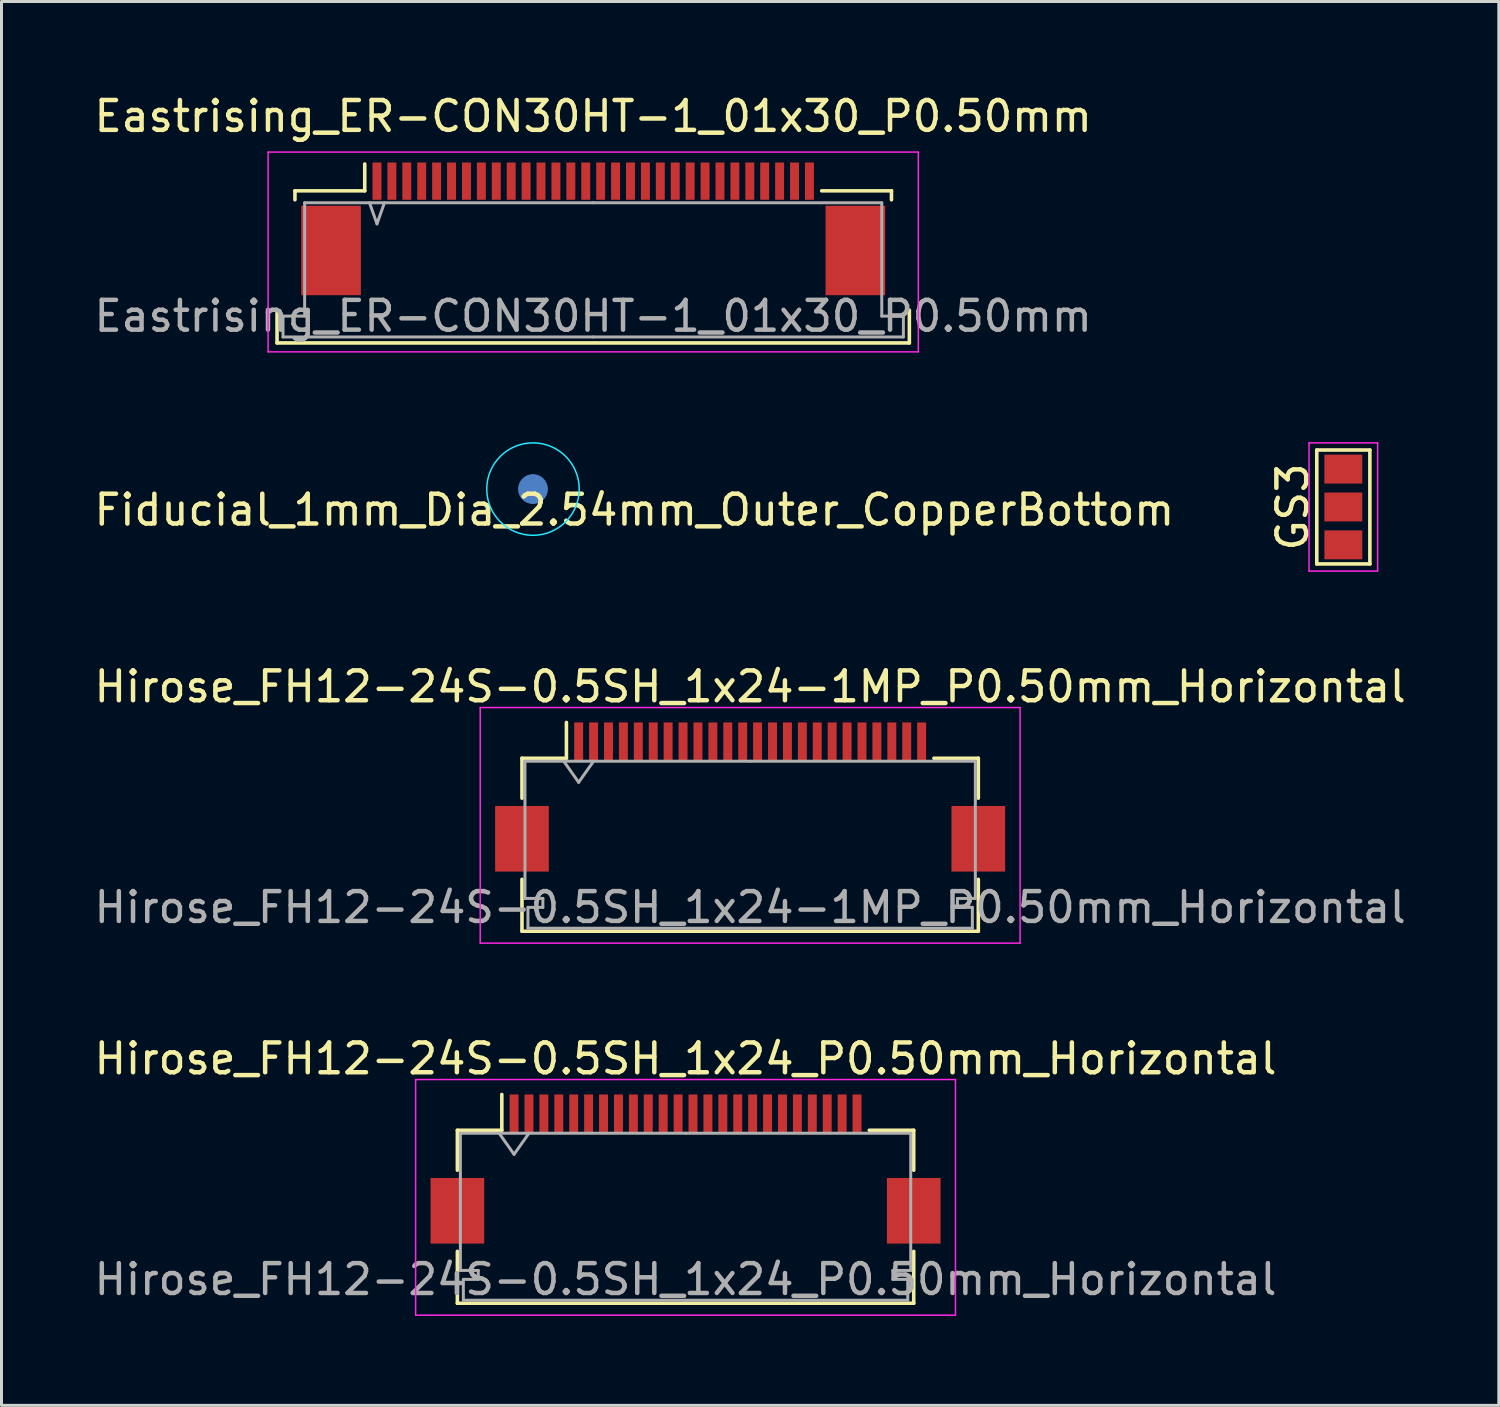
<source format=kicad_pcb>
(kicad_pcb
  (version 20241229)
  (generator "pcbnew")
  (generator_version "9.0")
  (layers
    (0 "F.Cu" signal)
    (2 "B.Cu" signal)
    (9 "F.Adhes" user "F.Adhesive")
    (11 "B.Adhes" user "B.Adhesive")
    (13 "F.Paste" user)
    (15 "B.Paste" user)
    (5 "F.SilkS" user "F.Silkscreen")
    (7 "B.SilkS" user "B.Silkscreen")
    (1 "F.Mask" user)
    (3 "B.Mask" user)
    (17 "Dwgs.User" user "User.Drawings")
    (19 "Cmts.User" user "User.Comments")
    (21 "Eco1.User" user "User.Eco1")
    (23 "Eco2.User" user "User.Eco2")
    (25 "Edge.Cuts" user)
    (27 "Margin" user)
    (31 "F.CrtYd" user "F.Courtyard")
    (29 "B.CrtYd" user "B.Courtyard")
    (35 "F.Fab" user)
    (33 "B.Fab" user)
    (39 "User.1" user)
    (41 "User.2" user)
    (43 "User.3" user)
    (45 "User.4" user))
  (footprint "GS3"
    (layer "F.Cu")
    (at 41.989 13.948)
    (property "Reference" "GS3" (at -1.7 0 90) (layer "F.SilkS") (effects (font (size 1 1) (thickness 0.15))))
    (attr smd)
    (fp_line (start -0.89 -1.91) (end -0.89 1.91) (stroke (width 0.12) (type solid)) (layer "F.SilkS"))
    (fp_line (start -0.89 -1.91) (end 0.89 -1.91) (stroke (width 0.12) (type solid)) (layer "F.SilkS"))
    (fp_line (start -0.89 1.91) (end 0.89 1.91) (stroke (width 0.12) (type solid)) (layer "F.SilkS"))
    (fp_line (start 0.89 1.91) (end 0.89 -1.91) (stroke (width 0.12) (type solid)) (layer "F.SilkS"))
    (fp_line (start -1.15 -2.15) (end 1.15 -2.15) (stroke (width 0.05) (type solid)) (layer "F.CrtYd"))
    (fp_line (start -1.15 2.15) (end -1.15 -2.15) (stroke (width 0.05) (type solid)) (layer "F.CrtYd"))
    (fp_line (start 1.15 -2.15) (end 1.15 2.15) (stroke (width 0.05) (type solid)) (layer "F.CrtYd"))
    (fp_line (start 1.15 2.15) (end -1.15 2.15) (stroke (width 0.05) (type solid)) (layer "F.CrtYd"))
    (pad "1" smd rect (at 0 -1.27) (size 1.27 0.97) (layers "F.Cu" "F.Mask"))
    (pad "2" smd rect (at 0 0) (size 1.27 0.97) (layers "F.Cu" "F.Mask"))
    (pad "3" smd rect (at 0 1.27) (size 1.27 0.97) (layers "F.Cu" "F.Mask")))
  (footprint "Hirose_FH12-24S-0.5SH_1x24-1MP_P0.50mm_Horizontal"
    (layer "F.Cu")
    (at 22.101 23.672)
    (property "Reference" "Hirose_FH12-24S-0.5SH_1x24-1MP_P0.50mm_Horizontal" (at 0 -3.7 0) (layer "F.SilkS") (effects (font (size 1 1) (thickness 0.15))))
    (attr smd)
    (fp_line (start -7.65 -1.3) (end -7.65 0.04) (stroke (width 0.12) (type solid)) (layer "F.SilkS"))
    (fp_line (start -7.65 2.76) (end -7.65 4.5) (stroke (width 0.12) (type solid)) (layer "F.SilkS"))
    (fp_line (start -7.65 4.5) (end 7.65 4.5) (stroke (width 0.12) (type solid)) (layer "F.SilkS"))
    (fp_line (start -6.16 -1.3) (end -7.65 -1.3) (stroke (width 0.12) (type solid)) (layer "F.SilkS"))
    (fp_line (start -6.16 -1.3) (end -6.16 -2.5) (stroke (width 0.12) (type solid)) (layer "F.SilkS"))
    (fp_line (start 6.16 -1.3) (end 7.65 -1.3) (stroke (width 0.12) (type solid)) (layer "F.SilkS"))
    (fp_line (start 7.65 -1.3) (end 7.65 0.04) (stroke (width 0.12) (type solid)) (layer "F.SilkS"))
    (fp_line (start 7.65 4.5) (end 7.65 2.76) (stroke (width 0.12) (type solid)) (layer "F.SilkS"))
    (fp_line (start -9.05 -3) (end -9.05 4.9) (stroke (width 0.05) (type solid)) (layer "F.CrtYd"))
    (fp_line (start -9.05 4.9) (end 9.05 4.9) (stroke (width 0.05) (type solid)) (layer "F.CrtYd"))
    (fp_line (start 9.05 -3) (end -9.05 -3) (stroke (width 0.05) (type solid)) (layer "F.CrtYd"))
    (fp_line (start 9.05 4.9) (end 9.05 -3) (stroke (width 0.05) (type solid)) (layer "F.CrtYd"))
    (fp_line (start -7.55 -1.2) (end -7.55 3.4) (stroke (width 0.1) (type solid)) (layer "F.Fab"))
    (fp_line (start -7.55 3.4) (end -6.95 3.4) (stroke (width 0.1) (type solid)) (layer "F.Fab"))
    (fp_line (start -7.45 3.7) (end -7.45 4.4) (stroke (width 0.1) (type solid)) (layer "F.Fab"))
    (fp_line (start -7.45 4.4) (end 0 4.4) (stroke (width 0.1) (type solid)) (layer "F.Fab"))
    (fp_line (start -6.95 3.4) (end -6.95 3.7) (stroke (width 0.1) (type solid)) (layer "F.Fab"))
    (fp_line (start -6.95 3.7) (end -7.45 3.7) (stroke (width 0.1) (type solid)) (layer "F.Fab"))
    (fp_line (start -6.25 -1.2) (end -5.75 -0.493) (stroke (width 0.1) (type solid)) (layer "F.Fab"))
    (fp_line (start -5.75 -0.493) (end -5.25 -1.2) (stroke (width 0.1) (type solid)) (layer "F.Fab"))
    (fp_line (start 0 -1.2) (end -7.55 -1.2) (stroke (width 0.1) (type solid)) (layer "F.Fab"))
    (fp_line (start 0 -1.2) (end 7.55 -1.2) (stroke (width 0.1) (type solid)) (layer "F.Fab"))
    (fp_line (start 6.95 3.4) (end 6.95 3.7) (stroke (width 0.1) (type solid)) (layer "F.Fab"))
    (fp_line (start 6.95 3.7) (end 7.45 3.7) (stroke (width 0.1) (type solid)) (layer "F.Fab"))
    (fp_line (start 7.45 3.7) (end 7.45 4.4) (stroke (width 0.1) (type solid)) (layer "F.Fab"))
    (fp_line (start 7.45 4.4) (end 0 4.4) (stroke (width 0.1) (type solid)) (layer "F.Fab"))
    (fp_line (start 7.55 -1.2) (end 7.55 3.4) (stroke (width 0.1) (type solid)) (layer "F.Fab"))
    (fp_line (start 7.55 3.4) (end 6.95 3.4) (stroke (width 0.1) (type solid)) (layer "F.Fab"))
    (fp_text user "${REFERENCE}" (at 0 3.7 0) (layer "F.Fab") (effects (font (size 1 1) (thickness 0.15))))
    (pad "1" smd rect (at -5.75 -1.85) (size 0.3 1.3) (layers "F.Cu" "F.Mask" "F.Paste"))
    (pad "2" smd rect (at -5.25 -1.85) (size 0.3 1.3) (layers "F.Cu" "F.Mask" "F.Paste"))
    (pad "3" smd rect (at -4.75 -1.85) (size 0.3 1.3) (layers "F.Cu" "F.Mask" "F.Paste"))
    (pad "4" smd rect (at -4.25 -1.85) (size 0.3 1.3) (layers "F.Cu" "F.Mask" "F.Paste"))
    (pad "5" smd rect (at -3.75 -1.85) (size 0.3 1.3) (layers "F.Cu" "F.Mask" "F.Paste"))
    (pad "6" smd rect (at -3.25 -1.85) (size 0.3 1.3) (layers "F.Cu" "F.Mask" "F.Paste"))
    (pad "7" smd rect (at -2.75 -1.85) (size 0.3 1.3) (layers "F.Cu" "F.Mask" "F.Paste"))
    (pad "8" smd rect (at -2.25 -1.85) (size 0.3 1.3) (layers "F.Cu" "F.Mask" "F.Paste"))
    (pad "9" smd rect (at -1.75 -1.85) (size 0.3 1.3) (layers "F.Cu" "F.Mask" "F.Paste"))
    (pad "10" smd rect (at -1.25 -1.85) (size 0.3 1.3) (layers "F.Cu" "F.Mask" "F.Paste"))
    (pad "11" smd rect (at -0.75 -1.85) (size 0.3 1.3) (layers "F.Cu" "F.Mask" "F.Paste"))
    (pad "12" smd rect (at -0.25 -1.85) (size 0.3 1.3) (layers "F.Cu" "F.Mask" "F.Paste"))
    (pad "13" smd rect (at 0.25 -1.85) (size 0.3 1.3) (layers "F.Cu" "F.Mask" "F.Paste"))
    (pad "14" smd rect (at 0.75 -1.85) (size 0.3 1.3) (layers "F.Cu" "F.Mask" "F.Paste"))
    (pad "15" smd rect (at 1.25 -1.85) (size 0.3 1.3) (layers "F.Cu" "F.Mask" "F.Paste"))
    (pad "16" smd rect (at 1.75 -1.85) (size 0.3 1.3) (layers "F.Cu" "F.Mask" "F.Paste"))
    (pad "17" smd rect (at 2.25 -1.85) (size 0.3 1.3) (layers "F.Cu" "F.Mask" "F.Paste"))
    (pad "18" smd rect (at 2.75 -1.85) (size 0.3 1.3) (layers "F.Cu" "F.Mask" "F.Paste"))
    (pad "19" smd rect (at 3.25 -1.85) (size 0.3 1.3) (layers "F.Cu" "F.Mask" "F.Paste"))
    (pad "20" smd rect (at 3.75 -1.85) (size 0.3 1.3) (layers "F.Cu" "F.Mask" "F.Paste"))
    (pad "21" smd rect (at 4.25 -1.85) (size 0.3 1.3) (layers "F.Cu" "F.Mask" "F.Paste"))
    (pad "22" smd rect (at 4.75 -1.85) (size 0.3 1.3) (layers "F.Cu" "F.Mask" "F.Paste"))
    (pad "23" smd rect (at 5.25 -1.85) (size 0.3 1.3) (layers "F.Cu" "F.Mask" "F.Paste"))
    (pad "24" smd rect (at 5.75 -1.85) (size 0.3 1.3) (layers "F.Cu" "F.Mask" "F.Paste"))
    (pad "MP" smd rect (at -7.65 1.4) (size 1.8 2.2) (layers "F.Cu" "F.Mask" "F.Paste"))
    (pad "MP" smd rect (at 7.65 1.4) (size 1.8 2.2) (layers "F.Cu" "F.Mask" "F.Paste")))
  (footprint "Eastrising_ER-CON30HT-1_01x30_P0.50mm"
    (layer "F.Cu")
    (at 16.839 3.848)
    (property "Reference" "Eastrising_ER-CON30HT-1_01x30_P0.50mm" (at 0 -3 0) (layer "F.SilkS") (effects (font (size 1 1) (thickness 0.15))))
    (attr smd)
    (fp_line (start -10.6 3.5) (end -10.6 4.6) (stroke (width 0.12) (type solid)) (layer "F.SilkS"))
    (fp_line (start -10.6 4.6) (end 10.6 4.6) (stroke (width 0.12) (type solid)) (layer "F.SilkS"))
    (fp_line (start -10 -0.5) (end -10 -0.2) (stroke (width 0.12) (type solid)) (layer "F.SilkS"))
    (fp_line (start -7.66 -0.5) (end -10 -0.5) (stroke (width 0.12) (type solid)) (layer "F.SilkS"))
    (fp_line (start -7.66 -0.5) (end -7.66 -1.4) (stroke (width 0.12) (type solid)) (layer "F.SilkS"))
    (fp_line (start 7.66 -0.5) (end 10 -0.5) (stroke (width 0.12) (type solid)) (layer "F.SilkS"))
    (fp_line (start 10 -0.5) (end 10 -0.2) (stroke (width 0.12) (type solid)) (layer "F.SilkS"))
    (fp_line (start 10.6 3.5) (end 10.6 4.6) (stroke (width 0.12) (type solid)) (layer "F.SilkS"))
    (fp_line (start -10.9 -1.8) (end -10.9 4.9) (stroke (width 0.05) (type solid)) (layer "F.CrtYd"))
    (fp_line (start -10.9 4.9) (end 10.9 4.9) (stroke (width 0.05) (type solid)) (layer "F.CrtYd"))
    (fp_line (start 10.9 -1.8) (end -10.9 -1.8) (stroke (width 0.05) (type solid)) (layer "F.CrtYd"))
    (fp_line (start 10.9 4.9) (end 10.9 -1.8) (stroke (width 0.05) (type solid)) (layer "F.CrtYd"))
    (fp_line (start -10.4 3.7) (end -10.4 4.4) (stroke (width 0.1) (type solid)) (layer "F.Fab"))
    (fp_line (start -10.4 3.7) (end -9.675 3.7) (stroke (width 0.1) (type solid)) (layer "F.Fab"))
    (fp_line (start -10.4 4.4) (end 0 4.4) (stroke (width 0.1) (type solid)) (layer "F.Fab"))
    (fp_line (start -9.675 -0.1) (end -9.675 3.7) (stroke (width 0.1) (type solid)) (layer "F.Fab"))
    (fp_line (start -7.5 -0.1) (end -7.25 0.607) (stroke (width 0.1) (type solid)) (layer "F.Fab"))
    (fp_line (start -7.25 0.607) (end -7 -0.1) (stroke (width 0.1) (type solid)) (layer "F.Fab"))
    (fp_line (start 0 -0.1) (end -9.675 -0.1) (stroke (width 0.1) (type solid)) (layer "F.Fab"))
    (fp_line (start 0 -0.1) (end 9.675 -0.1) (stroke (width 0.1) (type solid)) (layer "F.Fab"))
    (fp_line (start 9.675 -0.1) (end 9.675 3.7) (stroke (width 0.1) (type solid)) (layer "F.Fab"))
    (fp_line (start 10.4 3.7) (end 9.675 3.7) (stroke (width 0.1) (type solid)) (layer "F.Fab"))
    (fp_line (start 10.4 3.7) (end 10.4 4.4) (stroke (width 0.1) (type solid)) (layer "F.Fab"))
    (fp_line (start 10.4 4.4) (end 0 4.4) (stroke (width 0.1) (type solid)) (layer "F.Fab"))
    (fp_text user "${REFERENCE}" (at 0 3.7 0) (layer "F.Fab") (effects (font (size 1 1) (thickness 0.15))))
    (pad "1" smd rect (at -8.79 1.5) (size 2 3) (layers "F.Cu" "F.Mask" "F.Paste"))
    (pad "1" smd rect (at 7.25 -0.825) (size 0.3 1.25) (layers "F.Cu" "F.Mask" "F.Paste"))
    (pad "1" smd rect (at 8.79 1.5) (size 2 3) (layers "F.Cu" "F.Mask" "F.Paste"))
    (pad "2" smd rect (at 6.75 -0.825) (size 0.3 1.25) (layers "F.Cu" "F.Mask" "F.Paste"))
    (pad "3" smd rect (at 6.25 -0.825) (size 0.3 1.25) (layers "F.Cu" "F.Mask" "F.Paste"))
    (pad "4" smd rect (at 5.75 -0.825) (size 0.3 1.25) (layers "F.Cu" "F.Mask" "F.Paste"))
    (pad "5" smd rect (at 5.25 -0.825) (size 0.3 1.25) (layers "F.Cu" "F.Mask" "F.Paste"))
    (pad "6" smd rect (at 4.75 -0.825) (size 0.3 1.25) (layers "F.Cu" "F.Mask" "F.Paste"))
    (pad "7" smd rect (at 4.25 -0.825) (size 0.3 1.25) (layers "F.Cu" "F.Mask" "F.Paste"))
    (pad "8" smd rect (at 3.75 -0.825) (size 0.3 1.25) (layers "F.Cu" "F.Mask" "F.Paste"))
    (pad "9" smd rect (at 3.25 -0.825) (size 0.3 1.25) (layers "F.Cu" "F.Mask" "F.Paste"))
    (pad "10" smd rect (at 2.75 -0.825) (size 0.3 1.25) (layers "F.Cu" "F.Mask" "F.Paste"))
    (pad "11" smd rect (at 2.25 -0.825) (size 0.3 1.25) (layers "F.Cu" "F.Mask" "F.Paste"))
    (pad "12" smd rect (at 1.75 -0.825) (size 0.3 1.25) (layers "F.Cu" "F.Mask" "F.Paste"))
    (pad "13" smd rect (at 1.25 -0.825) (size 0.3 1.25) (layers "F.Cu" "F.Mask" "F.Paste"))
    (pad "14" smd rect (at 0.75 -0.825) (size 0.3 1.25) (layers "F.Cu" "F.Mask" "F.Paste"))
    (pad "15" smd rect (at 0.25 -0.825) (size 0.3 1.25) (layers "F.Cu" "F.Mask" "F.Paste"))
    (pad "16" smd rect (at -0.25 -0.825) (size 0.3 1.25) (layers "F.Cu" "F.Mask" "F.Paste"))
    (pad "17" smd rect (at -0.75 -0.825) (size 0.3 1.25) (layers "F.Cu" "F.Mask" "F.Paste"))
    (pad "18" smd rect (at -1.25 -0.825) (size 0.3 1.25) (layers "F.Cu" "F.Mask" "F.Paste"))
    (pad "19" smd rect (at -1.75 -0.825) (size 0.3 1.25) (layers "F.Cu" "F.Mask" "F.Paste"))
    (pad "20" smd rect (at -2.25 -0.825) (size 0.3 1.25) (layers "F.Cu" "F.Mask" "F.Paste"))
    (pad "21" smd rect (at -2.75 -0.825) (size 0.3 1.25) (layers "F.Cu" "F.Mask" "F.Paste"))
    (pad "22" smd rect (at -3.25 -0.825) (size 0.3 1.25) (layers "F.Cu" "F.Mask" "F.Paste"))
    (pad "23" smd rect (at -3.75 -0.825) (size 0.3 1.25) (layers "F.Cu" "F.Mask" "F.Paste"))
    (pad "24" smd rect (at -4.25 -0.825) (size 0.3 1.25) (layers "F.Cu" "F.Mask" "F.Paste"))
    (pad "25" smd rect (at -4.75 -0.825) (size 0.3 1.25) (layers "F.Cu" "F.Mask" "F.Paste"))
    (pad "26" smd rect (at -5.25 -0.825) (size 0.3 1.25) (layers "F.Cu" "F.Mask" "F.Paste"))
    (pad "27" smd rect (at -5.75 -0.825) (size 0.3 1.25) (layers "F.Cu" "F.Mask" "F.Paste"))
    (pad "28" smd rect (at -6.25 -0.825) (size 0.3 1.25) (layers "F.Cu" "F.Mask" "F.Paste"))
    (pad "29" smd rect (at -6.75 -0.825) (size 0.3 1.25) (layers "F.Cu" "F.Mask" "F.Paste"))
    (pad "30" smd rect (at -7.25 -0.825) (size 0.3 1.25) (layers "F.Cu" "F.Mask" "F.Paste")))
  (footprint "Fiducial_1mm_Dia_2.54mm_Outer_CopperBottom"
    (layer "F.Cu")
    (at 14.82 13.348)
    (property "Reference" "Fiducial_1mm_Dia_2.54mm_Outer_CopperBottom" (at 3.4 0.7 0) (layer "F.SilkS") (effects (font (size 1 1) (thickness 0.15))))
    (attr exclude_from_pos_files exclude_from_bom)
    (fp_circle (center 0 0) (end 1.55 0) (stroke (width 0.05) (type solid)) (fill no) (layer "B.CrtYd"))
    (pad "~" smd circle (at 0 0) (size 1 1) (layers "B.Cu" "B.Mask")))
  (footprint "Hirose_FH12-24S-0.5SH_1x24_P0.50mm_Horizontal"
    (layer "F.Cu")
    (at 19.935 36.145)
    (property "Reference" "Hirose_FH12-24S-0.5SH_1x24_P0.50mm_Horizontal" (at 0 -3.7 0) (layer "F.SilkS") (effects (font (size 1 1) (thickness 0.15))))
    (attr smd)
    (fp_line (start -7.65 -1.3) (end -7.65 0.04) (stroke (width 0.12) (type solid)) (layer "F.SilkS"))
    (fp_line (start -7.65 2.76) (end -7.65 4.5) (stroke (width 0.12) (type solid)) (layer "F.SilkS"))
    (fp_line (start -7.65 4.5) (end 7.65 4.5) (stroke (width 0.12) (type solid)) (layer "F.SilkS"))
    (fp_line (start -6.16 -1.3) (end -7.65 -1.3) (stroke (width 0.12) (type solid)) (layer "F.SilkS"))
    (fp_line (start -6.16 -1.3) (end -6.16 -2.5) (stroke (width 0.12) (type solid)) (layer "F.SilkS"))
    (fp_line (start 6.16 -1.3) (end 7.65 -1.3) (stroke (width 0.12) (type solid)) (layer "F.SilkS"))
    (fp_line (start 7.65 -1.3) (end 7.65 0.04) (stroke (width 0.12) (type solid)) (layer "F.SilkS"))
    (fp_line (start 7.65 4.5) (end 7.65 2.76) (stroke (width 0.12) (type solid)) (layer "F.SilkS"))
    (fp_line (start -9.05 -3) (end -9.05 4.9) (stroke (width 0.05) (type solid)) (layer "F.CrtYd"))
    (fp_line (start -9.05 4.9) (end 9.05 4.9) (stroke (width 0.05) (type solid)) (layer "F.CrtYd"))
    (fp_line (start 9.05 -3) (end -9.05 -3) (stroke (width 0.05) (type solid)) (layer "F.CrtYd"))
    (fp_line (start 9.05 4.9) (end 9.05 -3) (stroke (width 0.05) (type solid)) (layer "F.CrtYd"))
    (fp_line (start -7.55 -1.2) (end -7.55 3.4) (stroke (width 0.1) (type solid)) (layer "F.Fab"))
    (fp_line (start -7.55 3.4) (end -6.95 3.4) (stroke (width 0.1) (type solid)) (layer "F.Fab"))
    (fp_line (start -7.45 3.7) (end -7.45 4.4) (stroke (width 0.1) (type solid)) (layer "F.Fab"))
    (fp_line (start -7.45 4.4) (end 0 4.4) (stroke (width 0.1) (type solid)) (layer "F.Fab"))
    (fp_line (start -6.95 3.4) (end -6.95 3.7) (stroke (width 0.1) (type solid)) (layer "F.Fab"))
    (fp_line (start -6.95 3.7) (end -7.45 3.7) (stroke (width 0.1) (type solid)) (layer "F.Fab"))
    (fp_line (start -6.25 -1.2) (end -5.75 -0.493) (stroke (width 0.1) (type solid)) (layer "F.Fab"))
    (fp_line (start -5.75 -0.493) (end -5.25 -1.2) (stroke (width 0.1) (type solid)) (layer "F.Fab"))
    (fp_line (start 0 -1.2) (end -7.55 -1.2) (stroke (width 0.1) (type solid)) (layer "F.Fab"))
    (fp_line (start 0 -1.2) (end 7.55 -1.2) (stroke (width 0.1) (type solid)) (layer "F.Fab"))
    (fp_line (start 6.95 3.4) (end 6.95 3.7) (stroke (width 0.1) (type solid)) (layer "F.Fab"))
    (fp_line (start 6.95 3.7) (end 7.45 3.7) (stroke (width 0.1) (type solid)) (layer "F.Fab"))
    (fp_line (start 7.45 3.7) (end 7.45 4.4) (stroke (width 0.1) (type solid)) (layer "F.Fab"))
    (fp_line (start 7.45 4.4) (end 0 4.4) (stroke (width 0.1) (type solid)) (layer "F.Fab"))
    (fp_line (start 7.55 -1.2) (end 7.55 3.4) (stroke (width 0.1) (type solid)) (layer "F.Fab"))
    (fp_line (start 7.55 3.4) (end 6.95 3.4) (stroke (width 0.1) (type solid)) (layer "F.Fab"))
    (fp_text user "${REFERENCE}" (at 0 3.7 0) (layer "F.Fab") (effects (font (size 1 1) (thickness 0.15))))
    (pad "" smd rect (at -7.65 1.4) (size 1.8 2.2) (layers "F.Cu" "F.Mask" "F.Paste"))
    (pad "" smd rect (at 7.65 1.4) (size 1.8 2.2) (layers "F.Cu" "F.Mask" "F.Paste"))
    (pad "1" smd rect (at -5.75 -1.85) (size 0.3 1.3) (layers "F.Cu" "F.Mask" "F.Paste"))
    (pad "2" smd rect (at -5.25 -1.85) (size 0.3 1.3) (layers "F.Cu" "F.Mask" "F.Paste"))
    (pad "3" smd rect (at -4.75 -1.85) (size 0.3 1.3) (layers "F.Cu" "F.Mask" "F.Paste"))
    (pad "4" smd rect (at -4.25 -1.85) (size 0.3 1.3) (layers "F.Cu" "F.Mask" "F.Paste"))
    (pad "5" smd rect (at -3.75 -1.85) (size 0.3 1.3) (layers "F.Cu" "F.Mask" "F.Paste"))
    (pad "6" smd rect (at -3.25 -1.85) (size 0.3 1.3) (layers "F.Cu" "F.Mask" "F.Paste"))
    (pad "7" smd rect (at -2.75 -1.85) (size 0.3 1.3) (layers "F.Cu" "F.Mask" "F.Paste"))
    (pad "8" smd rect (at -2.25 -1.85) (size 0.3 1.3) (layers "F.Cu" "F.Mask" "F.Paste"))
    (pad "9" smd rect (at -1.75 -1.85) (size 0.3 1.3) (layers "F.Cu" "F.Mask" "F.Paste"))
    (pad "10" smd rect (at -1.25 -1.85) (size 0.3 1.3) (layers "F.Cu" "F.Mask" "F.Paste"))
    (pad "11" smd rect (at -0.75 -1.85) (size 0.3 1.3) (layers "F.Cu" "F.Mask" "F.Paste"))
    (pad "12" smd rect (at -0.25 -1.85) (size 0.3 1.3) (layers "F.Cu" "F.Mask" "F.Paste"))
    (pad "13" smd rect (at 0.25 -1.85) (size 0.3 1.3) (layers "F.Cu" "F.Mask" "F.Paste"))
    (pad "14" smd rect (at 0.75 -1.85) (size 0.3 1.3) (layers "F.Cu" "F.Mask" "F.Paste"))
    (pad "15" smd rect (at 1.25 -1.85) (size 0.3 1.3) (layers "F.Cu" "F.Mask" "F.Paste"))
    (pad "16" smd rect (at 1.75 -1.85) (size 0.3 1.3) (layers "F.Cu" "F.Mask" "F.Paste"))
    (pad "17" smd rect (at 2.25 -1.85) (size 0.3 1.3) (layers "F.Cu" "F.Mask" "F.Paste"))
    (pad "18" smd rect (at 2.75 -1.85) (size 0.3 1.3) (layers "F.Cu" "F.Mask" "F.Paste"))
    (pad "19" smd rect (at 3.25 -1.85) (size 0.3 1.3) (layers "F.Cu" "F.Mask" "F.Paste"))
    (pad "20" smd rect (at 3.75 -1.85) (size 0.3 1.3) (layers "F.Cu" "F.Mask" "F.Paste"))
    (pad "21" smd rect (at 4.25 -1.85) (size 0.3 1.3) (layers "F.Cu" "F.Mask" "F.Paste"))
    (pad "22" smd rect (at 4.75 -1.85) (size 0.3 1.3) (layers "F.Cu" "F.Mask" "F.Paste"))
    (pad "23" smd rect (at 5.25 -1.85) (size 0.3 1.3) (layers "F.Cu" "F.Mask" "F.Paste"))
    (pad "24" smd rect (at 5.75 -1.85) (size 0.3 1.3) (layers "F.Cu" "F.Mask" "F.Paste")))
  (gr_rect
    (start -3 -3)
    (end 47.202 44.07)
    (stroke (width 0.1) (type default))
    (fill no)
    (layer "Edge.Cuts")))
</source>
